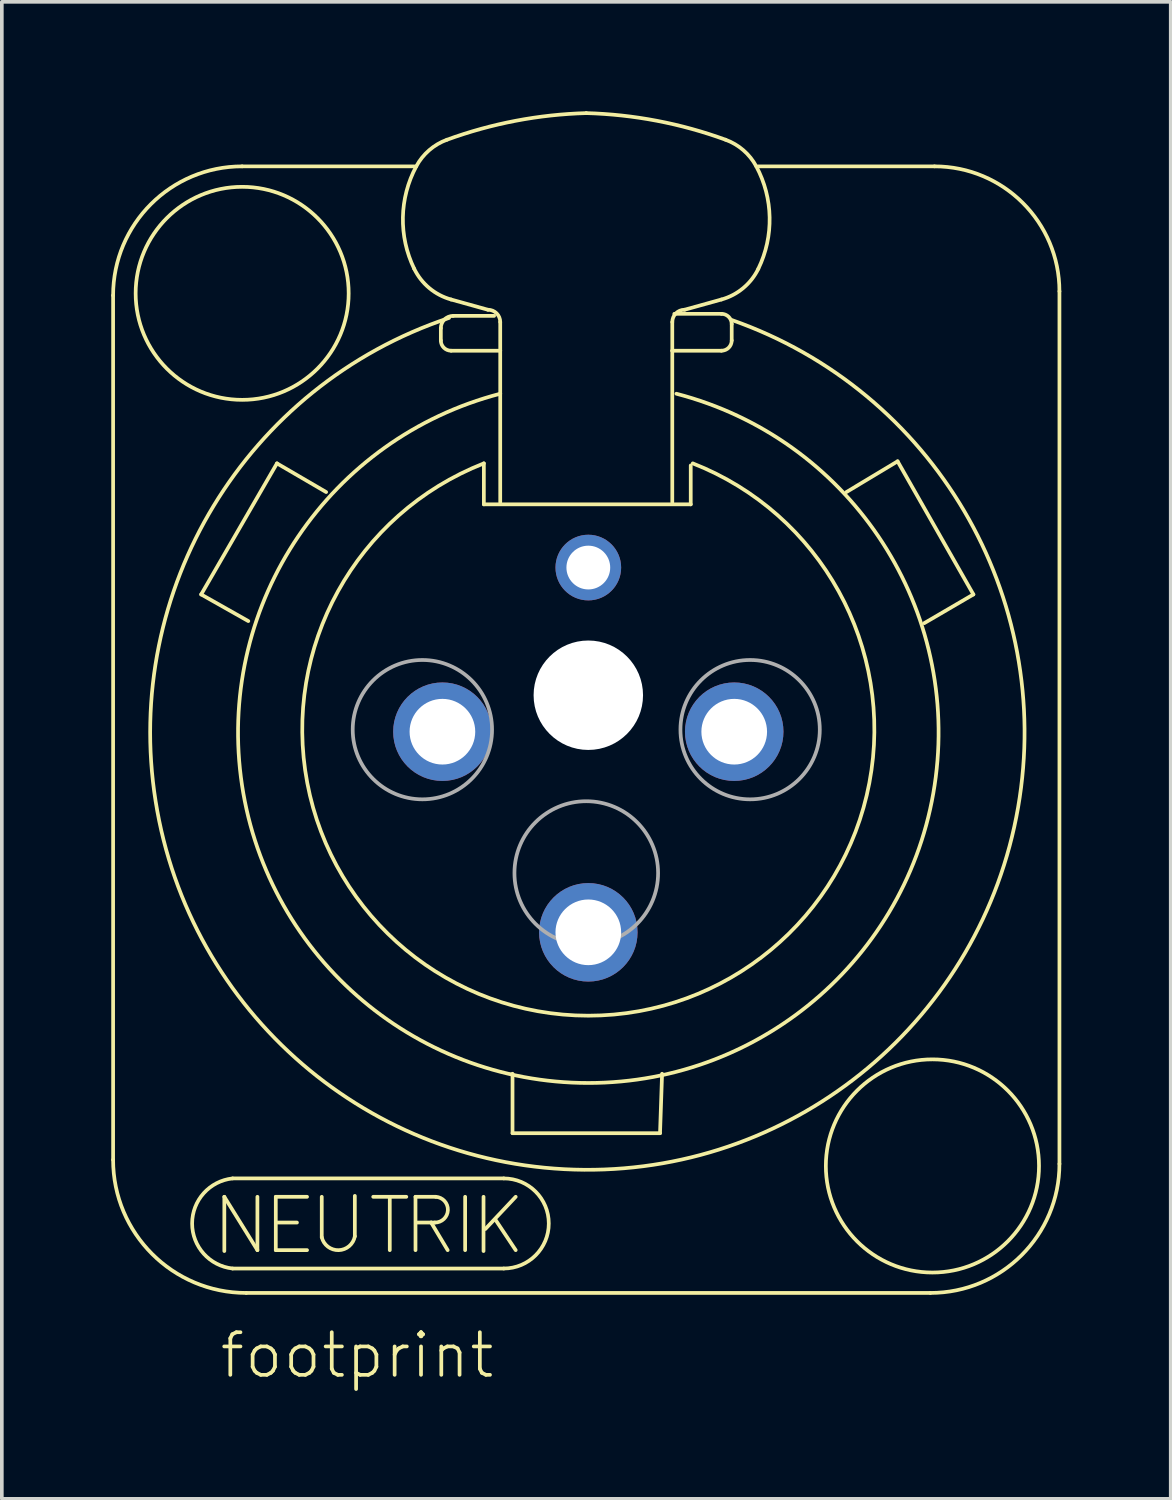
<source format=kicad_pcb>
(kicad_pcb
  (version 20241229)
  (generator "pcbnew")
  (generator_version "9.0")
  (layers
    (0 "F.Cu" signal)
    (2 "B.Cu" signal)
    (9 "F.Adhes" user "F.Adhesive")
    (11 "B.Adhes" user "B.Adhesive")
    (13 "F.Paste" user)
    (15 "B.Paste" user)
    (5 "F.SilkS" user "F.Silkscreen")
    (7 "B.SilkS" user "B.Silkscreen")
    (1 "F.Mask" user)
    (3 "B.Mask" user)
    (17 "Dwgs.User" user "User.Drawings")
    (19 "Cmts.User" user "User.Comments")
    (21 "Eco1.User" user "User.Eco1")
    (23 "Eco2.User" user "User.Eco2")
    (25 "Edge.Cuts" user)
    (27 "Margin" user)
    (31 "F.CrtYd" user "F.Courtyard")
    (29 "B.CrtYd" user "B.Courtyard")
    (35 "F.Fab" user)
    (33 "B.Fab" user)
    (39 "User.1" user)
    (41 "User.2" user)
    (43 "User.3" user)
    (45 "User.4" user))
  (footprint "footprint"
    (layer "F.Cu")
    (at 13.079 17.01)
    (property "Reference" "footprint" (at -10.16 17.78 0) (layer "F.SilkS") (effects (font (size 1.168 1.168) (thickness 0.102)) (justify left bottom)))
    (fp_line (start -13.028 -11.961) (end -13.028 11.736) (stroke (width 0.102) (type solid)) (layer "F.SilkS"))
    (fp_line (start -10.614 -3.763) (end -8.536 -7.356) (stroke (width 0.102) (type solid)) (layer "F.SilkS"))
    (fp_line (start -9.979 12.751) (end -9.072 14.213) (stroke (width 0.102) (type solid)) (layer "F.SilkS"))
    (fp_line (start -9.979 14.238) (end -9.979 12.751) (stroke (width 0.102) (type solid)) (layer "F.SilkS"))
    (fp_line (start -9.752 12.247) (end -2.318 12.247) (stroke (width 0.102) (type solid)) (layer "F.SilkS"))
    (fp_line (start -9.378 15.387) (end 9.378 15.387) (stroke (width 0.102) (type solid)) (layer "F.SilkS"))
    (fp_line (start -9.322 -3.033) (end -10.614 -3.763) (stroke (width 0.102) (type solid)) (layer "F.SilkS"))
    (fp_line (start -9.072 14.213) (end -9.072 12.751) (stroke (width 0.102) (type solid)) (layer "F.SilkS"))
    (fp_line (start -8.568 12.751) (end -8.568 14.213) (stroke (width 0.102) (type solid)) (layer "F.SilkS"))
    (fp_line (start -8.568 14.213) (end -7.711 14.213) (stroke (width 0.102) (type solid)) (layer "F.SilkS"))
    (fp_line (start -8.536 -7.356) (end -7.188 -6.57) (stroke (width 0.102) (type solid)) (layer "F.SilkS"))
    (fp_line (start -8.518 13.457) (end -7.988 13.457) (stroke (width 0.102) (type solid)) (layer "F.SilkS"))
    (fp_line (start -7.711 12.751) (end -8.568 12.751) (stroke (width 0.102) (type solid)) (layer "F.SilkS"))
    (fp_line (start -7.308 12.751) (end -7.308 13.86) (stroke (width 0.102) (type solid)) (layer "F.SilkS"))
    (fp_line (start -6.401 13.835) (end -6.401 12.726) (stroke (width 0.102) (type solid)) (layer "F.SilkS"))
    (fp_line (start -5.897 12.751) (end -4.99 12.751) (stroke (width 0.102) (type solid)) (layer "F.SilkS"))
    (fp_line (start -5.443 12.776) (end -5.443 14.213) (stroke (width 0.102) (type solid)) (layer "F.SilkS"))
    (fp_line (start -4.773 -15.499) (end -9.49 -15.499) (stroke (width 0.102) (type solid)) (layer "F.SilkS"))
    (fp_line (start -4.738 12.751) (end -4.183 12.751) (stroke (width 0.102) (type solid)) (layer "F.SilkS"))
    (fp_line (start -4.738 14.213) (end -4.738 12.751) (stroke (width 0.102) (type solid)) (layer "F.SilkS"))
    (fp_line (start -4.309 13.457) (end -4.687 13.457) (stroke (width 0.102) (type solid)) (layer "F.SilkS"))
    (fp_line (start -4.309 13.457) (end -3.856 14.213) (stroke (width 0.102) (type solid)) (layer "F.SilkS"))
    (fp_line (start -4.208 13.457) (end -4.309 13.457) (stroke (width 0.102) (type solid)) (layer "F.SilkS"))
    (fp_line (start -4.043 -10.726) (end -4.043 -11.063) (stroke (width 0.102) (type solid)) (layer "F.SilkS"))
    (fp_line (start -3.706 -11.4) (end -2.583 -11.4) (stroke (width 0.102) (type solid)) (layer "F.SilkS"))
    (fp_line (start -3.377 12.751) (end -3.377 14.213) (stroke (width 0.102) (type solid)) (layer "F.SilkS"))
    (fp_line (start -2.873 12.751) (end -2.873 14.238) (stroke (width 0.102) (type solid)) (layer "F.SilkS"))
    (fp_line (start -2.864 -7.356) (end -2.864 -6.233) (stroke (width 0.102) (type solid)) (layer "F.SilkS"))
    (fp_line (start -2.864 -6.233) (end 2.808 -6.233) (stroke (width 0.102) (type solid)) (layer "F.SilkS"))
    (fp_line (start -2.752 -11.568) (end -3.763 -11.849) (stroke (width 0.102) (type solid)) (layer "F.SilkS"))
    (fp_line (start -2.545 13.381) (end -1.991 14.213) (stroke (width 0.102) (type solid)) (layer "F.SilkS"))
    (fp_line (start -2.415 -10.445) (end -3.762 -10.445) (stroke (width 0.102) (type solid)) (layer "F.SilkS"))
    (fp_line (start -2.415 -10.445) (end -2.415 -11.231) (stroke (width 0.102) (type solid)) (layer "F.SilkS"))
    (fp_line (start -2.415 -9.266) (end -2.415 -10.445) (stroke (width 0.102) (type solid)) (layer "F.SilkS"))
    (fp_line (start -2.415 -6.29) (end -2.415 -9.266) (stroke (width 0.102) (type solid)) (layer "F.SilkS"))
    (fp_line (start -2.318 14.717) (end -9.752 14.717) (stroke (width 0.102) (type solid)) (layer "F.SilkS"))
    (fp_line (start -2.078 9.378) (end -2.078 11.007) (stroke (width 0.102) (type solid)) (layer "F.SilkS"))
    (fp_line (start -2.078 11.007) (end 1.966 11.007) (stroke (width 0.102) (type solid)) (layer "F.SilkS"))
    (fp_line (start -1.991 12.751) (end -2.822 13.633) (stroke (width 0.102) (type solid)) (layer "F.SilkS"))
    (fp_line (start 1.966 11.007) (end 2.022 9.378) (stroke (width 0.102) (type solid)) (layer "F.SilkS"))
    (fp_line (start 2.302 -10.445) (end 2.302 -11.231) (stroke (width 0.102) (type solid)) (layer "F.SilkS"))
    (fp_line (start 2.302 -10.445) (end 3.65 -10.445) (stroke (width 0.102) (type solid)) (layer "F.SilkS"))
    (fp_line (start 2.302 -6.29) (end 2.302 -10.445) (stroke (width 0.102) (type solid)) (layer "F.SilkS"))
    (fp_line (start 2.639 -11.568) (end 3.65 -11.849) (stroke (width 0.102) (type solid)) (layer "F.SilkS"))
    (fp_line (start 2.808 -6.233) (end 2.808 -7.3) (stroke (width 0.102) (type solid)) (layer "F.SilkS"))
    (fp_line (start 3.65 -11.456) (end 2.358 -11.456) (stroke (width 0.102) (type solid)) (layer "F.SilkS"))
    (fp_line (start 3.931 -10.726) (end 3.931 -11.175) (stroke (width 0.102) (type solid)) (layer "F.SilkS"))
    (fp_line (start 7.076 -6.57) (end 8.479 -7.413) (stroke (width 0.102) (type solid)) (layer "F.SilkS"))
    (fp_line (start 8.479 -7.413) (end 10.557 -3.763) (stroke (width 0.102) (type solid)) (layer "F.SilkS"))
    (fp_line (start 9.49 -15.499) (end 4.661 -15.499) (stroke (width 0.102) (type solid)) (layer "F.SilkS"))
    (fp_line (start 10.557 -3.763) (end 9.21 -2.976) (stroke (width 0.102) (type solid)) (layer "F.SilkS"))
    (fp_line (start 12.916 11.849) (end 12.916 -12.074) (stroke (width 0.102) (type solid)) (layer "F.SilkS"))
    (fp_arc (start -13.0282 -11.961298) (mid -11.991944 -14.462943) (end -9.4903 -15.4992) (stroke (width 0.1016) (type solid)) (layer "F.SilkS"))
    (fp_arc (start -9.7524 14.7168) (mid -10.861431 13.482) (end -9.7524 12.2472) (stroke (width 0.1016) (type solid)) (layer "F.SilkS"))
    (fp_arc (start -9.3781 15.3866) (mid -11.95911 14.31751) (end -13.0282 11.7365) (stroke (width 0.1016) (type solid)) (layer "F.SilkS"))
    (fp_arc (start -6.400798 13.8348) (mid -6.844213 14.214098) (end -7.308 13.86) (stroke (width 0.1016) (type solid)) (layer "F.SilkS"))
    (fp_arc (start -4.7733 -12.6914) (mid -5.082979 -14.102061) (end -4.717099 -15.4992) (stroke (width 0.1016) (type solid)) (layer "F.SilkS"))
    (fp_arc (start -4.7171 -15.4992) (mid -4.363217 -15.941815) (end -3.874799 -16.2292) (stroke (width 0.1016) (type solid)) (layer "F.SilkS"))
    (fp_arc (start -4.1832 12.7512) (mid -3.852274 13.116267) (end -4.208398 13.456799) (stroke (width 0.1016) (type solid)) (layer "F.SilkS"))
    (fp_arc (start -4.0432 -11.0629) (mid -3.944524 -11.301124) (end -3.7063 -11.3998) (stroke (width 0.1016) (type solid)) (layer "F.SilkS"))
    (fp_arc (start -3.8748 -16.2292) (mid -1.994886 -16.747919) (end -0.0562 -16.9592) (stroke (width 0.1016) (type solid)) (layer "F.SilkS"))
    (fp_arc (start -3.7625 -11.849) (mid -4.358518 -12.161467) (end -4.7733 -12.6914) (stroke (width 0.1016) (type solid)) (layer "F.SilkS"))
    (fp_arc (start -3.7624 -10.4451) (mid -3.960956 -10.527344) (end -4.0432 -10.7259) (stroke (width 0.1016) (type solid)) (layer "F.SilkS"))
    (fp_arc (start -2.7517 -11.5682) (mid -2.513405 -11.469495) (end -2.4147 -11.2312) (stroke (width 0.1016) (type solid)) (layer "F.SilkS"))
    (fp_arc (start -2.3184 12.2472) (mid -1.0836 13.482) (end -2.3184 14.7168) (stroke (width 0.1016) (type solid)) (layer "F.SilkS"))
    (fp_arc (start -0.0561 -16.9593) (mid 1.882586 -16.748019) (end 3.7625 -16.2293) (stroke (width 0.1016) (type solid)) (layer "F.SilkS"))
    (fp_arc (start 2.3024 -11.2313) (mid 2.401105 -11.469595) (end 2.6394 -11.5683) (stroke (width 0.1016) (type solid)) (layer "F.SilkS"))
    (fp_arc (start 2.4147 -9.2658) (mid 0 9.630367) (end -2.4147 -9.2658) (stroke (width 0.1016) (type solid)) (layer "F.SilkS"))
    (fp_arc (start 2.863901 -7.3565) (mid -0.00005 7.785392) (end -2.864 -7.3565) (stroke (width 0.1016) (type solid)) (layer "F.SilkS"))
    (fp_arc (start 3.6501 -11.4559) (mid 3.848656 -11.373656) (end 3.9309 -11.1751) (stroke (width 0.1016) (type solid)) (layer "F.SilkS"))
    (fp_arc (start 3.762499 -16.2293) (mid 4.250922 -15.941922) (end 4.6048 -15.4993) (stroke (width 0.1016) (type solid)) (layer "F.SilkS"))
    (fp_arc (start 3.9309 -11.287401) (mid -0.112707 12.010304) (end -3.8186 -11.3435) (stroke (width 0.1016) (type solid)) (layer "F.SilkS"))
    (fp_arc (start 3.9309 -10.7259) (mid 3.848656 -10.527344) (end 3.6501 -10.4451) (stroke (width 0.1016) (type solid)) (layer "F.SilkS"))
    (fp_arc (start 4.604799 -15.4993) (mid 4.970679 -14.102161) (end 4.661 -12.6915) (stroke (width 0.1016) (type solid)) (layer "F.SilkS"))
    (fp_arc (start 4.661 -12.6915) (mid 4.246218 -12.161567) (end 3.6502 -11.8491) (stroke (width 0.1016) (type solid)) (layer "F.SilkS"))
    (fp_arc (start 9.4904 -15.4992) (mid 11.912594 -14.495894) (end 12.9159 -12.0737) (stroke (width 0.1016) (type solid)) (layer "F.SilkS"))
    (fp_arc (start 12.9159 11.8488) (mid 11.879702 14.350402) (end 9.3781 15.3866) (stroke (width 0.1016) (type solid)) (layer "F.SilkS"))
    (fp_circle (center -9.49 -12.018) (end -6.57 -12.018) (stroke (width 0.102) (type solid)) (fill no) (layer "F.SilkS"))
    (fp_circle (center 9.434 11.905) (end 12.356 11.905) (stroke (width 0.102) (type solid)) (fill no) (layer "F.SilkS"))
    (fp_circle (center -4.549 -0.056) (end -2.639 -0.056) (stroke (width 0.102) (type solid)) (fill no) (layer "F.Fab"))
    (fp_circle (center -0.056 3.875) (end 1.913 3.875) (stroke (width 0.102) (type solid)) (fill no) (layer "F.Fab"))
    (fp_circle (center 4.436 -0.056) (end 6.346 -0.056) (stroke (width 0.102) (type solid)) (fill no) (layer "F.Fab"))
    (pad "" np_thru_hole circle (at 0 -1) (size 3 3) (drill 3) (layers "*.Cu" "*.Mask"))
    (pad "1" thru_hole circle (at 4 0) (size 2.7 2.7) (drill 1.8) (layers "*.Cu" "*.Mask"))
    (pad "2" thru_hole circle (at -4 0) (size 2.7 2.7) (drill 1.8) (layers "*.Cu" "*.Mask"))
    (pad "3" thru_hole circle (at 0 5.5) (size 2.7 2.7) (drill 1.8) (layers "*.Cu" "*.Mask"))
    (pad "G" thru_hole circle (at 0 -4.5) (size 1.8 1.8) (drill 1.2) (layers "*.Cu" "*.Mask")))
  (gr_rect
    (start -3 -3)
    (end 29.046 38.041)
    (stroke (width 0.1) (type default))
    (fill no)
    (layer "Edge.Cuts")))
</source>
